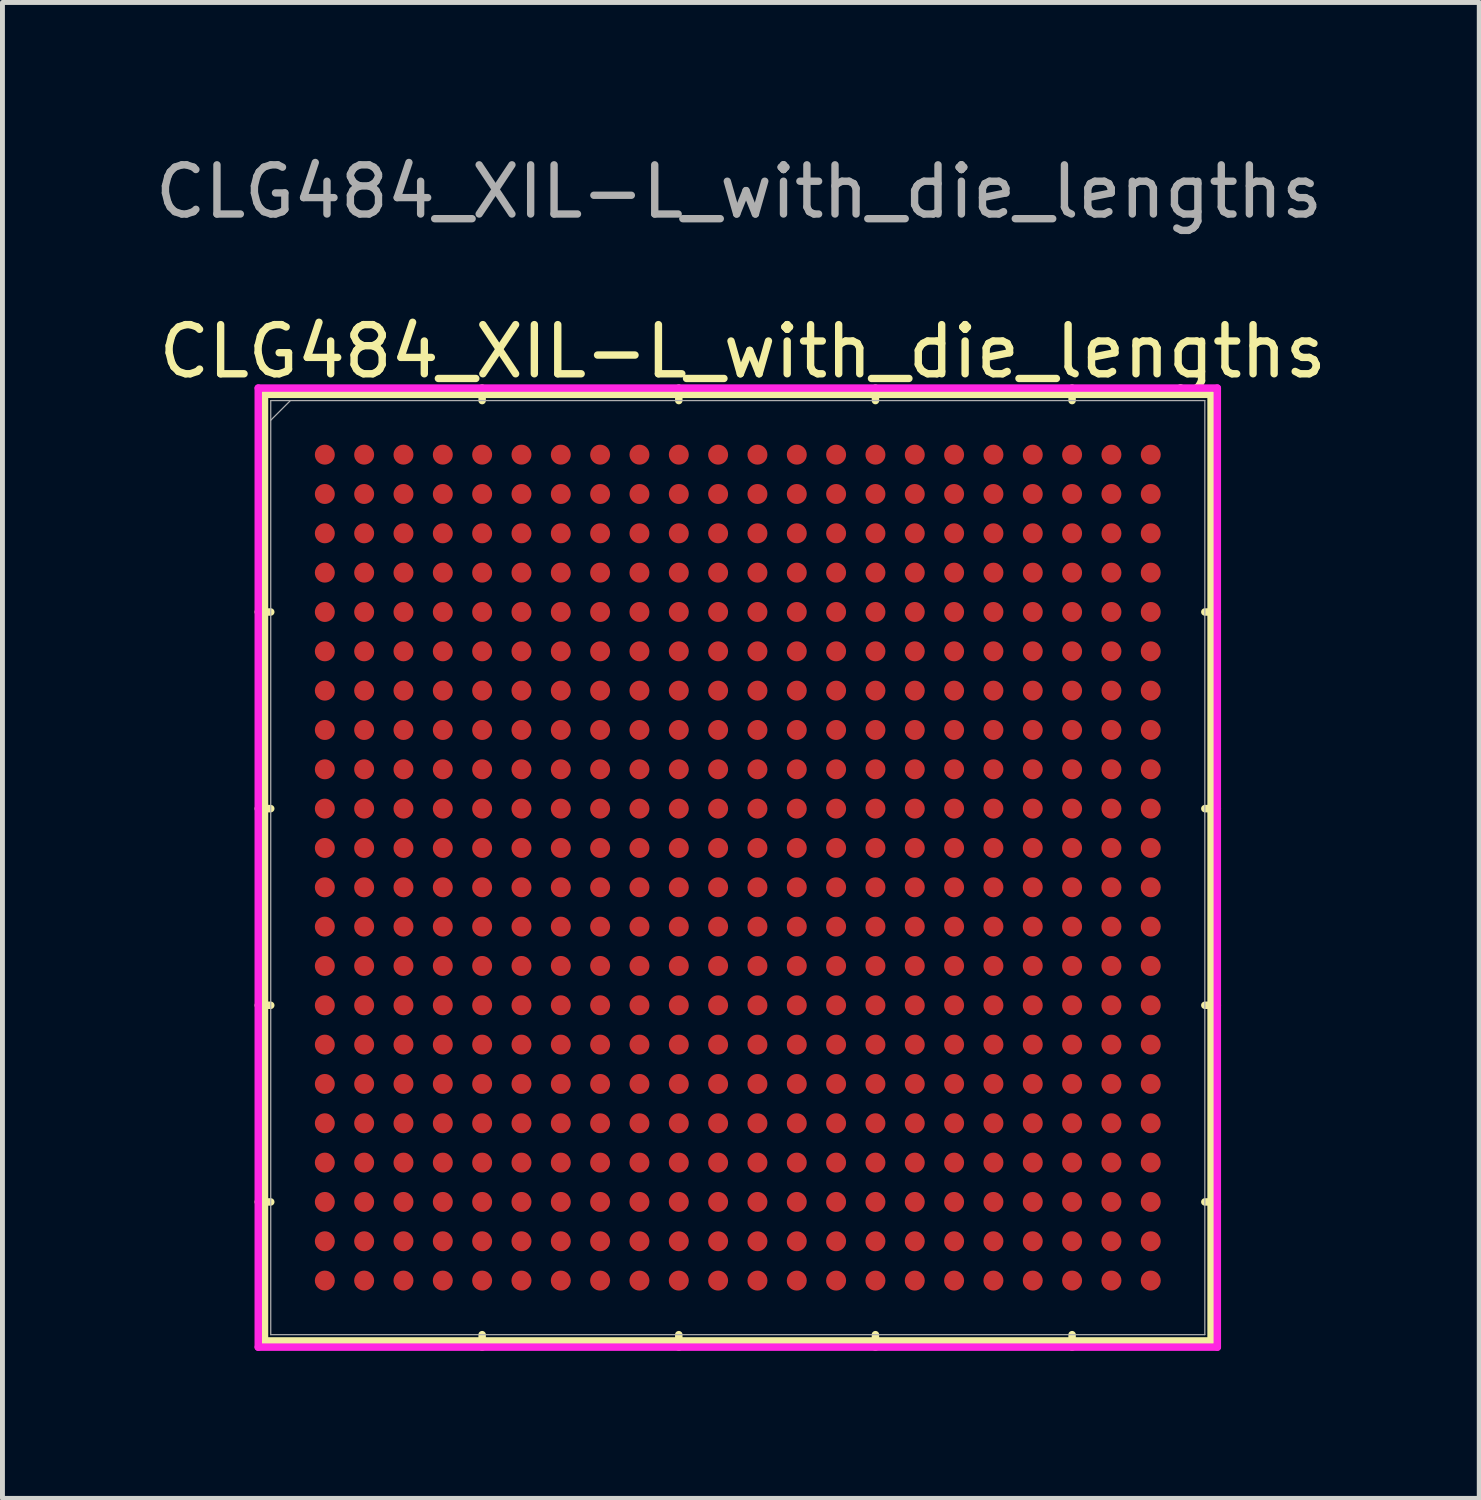
<source format=kicad_pcb>
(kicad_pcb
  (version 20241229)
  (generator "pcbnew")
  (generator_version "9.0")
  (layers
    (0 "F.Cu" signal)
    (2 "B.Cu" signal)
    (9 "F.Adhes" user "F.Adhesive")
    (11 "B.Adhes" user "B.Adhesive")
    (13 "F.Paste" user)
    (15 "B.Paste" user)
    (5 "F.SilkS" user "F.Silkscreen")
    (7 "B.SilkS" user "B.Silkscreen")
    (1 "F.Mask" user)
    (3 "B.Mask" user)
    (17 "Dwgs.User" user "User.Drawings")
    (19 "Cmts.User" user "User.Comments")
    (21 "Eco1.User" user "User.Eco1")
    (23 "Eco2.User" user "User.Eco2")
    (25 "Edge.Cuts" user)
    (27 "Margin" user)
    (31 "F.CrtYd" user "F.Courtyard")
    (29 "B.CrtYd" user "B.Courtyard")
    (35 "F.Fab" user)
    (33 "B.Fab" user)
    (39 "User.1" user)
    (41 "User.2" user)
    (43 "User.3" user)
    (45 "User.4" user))
  (footprint "CLG484_XIL-L_with_die_lengths"
    (layer "F.Cu")
    (at 11.957 14.598)
    (property "Reference" "CLG484_XIL-L_with_die_lengths" (at 0.1 -10.5 0) (unlocked yes) (layer "F.SilkS") (effects (font (size 1 1) (thickness 0.15))))
    (attr smd)
    (fp_line (start -9.627 -9.627) (end -9.627 9.627) (stroke (width 0.152) (type solid)) (layer "F.SilkS"))
    (fp_line (start -9.627 9.627) (end 9.627 9.627) (stroke (width 0.152) (type solid)) (layer "F.SilkS"))
    (fp_line (start -9.5 -5.2) (end -9.754 -5.2) (stroke (width 0.152) (type solid)) (layer "F.SilkS"))
    (fp_line (start -9.5 -1.2) (end -9.754 -1.2) (stroke (width 0.152) (type solid)) (layer "F.SilkS"))
    (fp_line (start -9.5 2.8) (end -9.754 2.8) (stroke (width 0.152) (type solid)) (layer "F.SilkS"))
    (fp_line (start -9.5 6.8) (end -9.754 6.8) (stroke (width 0.152) (type solid)) (layer "F.SilkS"))
    (fp_line (start -5.2 -9.5) (end -5.2 -9.754) (stroke (width 0.152) (type solid)) (layer "F.SilkS"))
    (fp_line (start -5.2 9.5) (end -5.2 9.754) (stroke (width 0.152) (type solid)) (layer "F.SilkS"))
    (fp_line (start -1.2 -9.5) (end -1.2 -9.754) (stroke (width 0.152) (type solid)) (layer "F.SilkS"))
    (fp_line (start -1.2 9.5) (end -1.2 9.754) (stroke (width 0.152) (type solid)) (layer "F.SilkS"))
    (fp_line (start 2.8 -9.5) (end 2.8 -9.754) (stroke (width 0.152) (type solid)) (layer "F.SilkS"))
    (fp_line (start 2.8 9.5) (end 2.8 9.754) (stroke (width 0.152) (type solid)) (layer "F.SilkS"))
    (fp_line (start 6.8 -9.5) (end 6.8 -9.754) (stroke (width 0.152) (type solid)) (layer "F.SilkS"))
    (fp_line (start 6.8 9.5) (end 6.8 9.754) (stroke (width 0.152) (type solid)) (layer "F.SilkS"))
    (fp_line (start 9.5 -5.2) (end 9.754 -5.2) (stroke (width 0.152) (type solid)) (layer "F.SilkS"))
    (fp_line (start 9.5 -1.2) (end 9.754 -1.2) (stroke (width 0.152) (type solid)) (layer "F.SilkS"))
    (fp_line (start 9.5 2.8) (end 9.754 2.8) (stroke (width 0.152) (type solid)) (layer "F.SilkS"))
    (fp_line (start 9.5 6.8) (end 9.754 6.8) (stroke (width 0.152) (type solid)) (layer "F.SilkS"))
    (fp_line (start 9.627 -9.627) (end -9.627 -9.627) (stroke (width 0.152) (type solid)) (layer "F.SilkS"))
    (fp_line (start 9.627 9.627) (end 9.627 -9.627) (stroke (width 0.152) (type solid)) (layer "F.SilkS"))
    (fp_line (start -9.754 -9.754) (end 9.754 -9.754) (stroke (width 0.152) (type solid)) (layer "F.CrtYd"))
    (fp_line (start -9.754 9.754) (end -9.754 -9.754) (stroke (width 0.152) (type solid)) (layer "F.CrtYd"))
    (fp_line (start 9.754 -9.754) (end 9.754 9.754) (stroke (width 0.152) (type solid)) (layer "F.CrtYd"))
    (fp_line (start 9.754 9.754) (end -9.754 9.754) (stroke (width 0.152) (type solid)) (layer "F.CrtYd"))
    (fp_line (start -9.5 -9.5) (end -9.5 9.5) (stroke (width 0.025) (type solid)) (layer "F.Fab"))
    (fp_line (start -9.5 9.5) (end 9.5 9.5) (stroke (width 0.025) (type solid)) (layer "F.Fab"))
    (fp_line (start -9.1 -9.5) (end -9.5 -9.1) (stroke (width 0.025) (type solid)) (layer "F.Fab"))
    (fp_line (start 9.5 -9.5) (end -9.5 -9.5) (stroke (width 0.025) (type solid)) (layer "F.Fab"))
    (fp_line (start 9.5 9.5) (end 9.5 -9.5) (stroke (width 0.025) (type solid)) (layer "F.Fab"))
    (fp_text user "${REFERENCE}" (at 0.025 -13.75 0) (unlocked yes) (layer "F.Fab") (effects (font (size 1 1) (thickness 0.15))))
    (pad "A1" smd circle (at -8.4 -8.4) (size 0.406 0.406) (layers "F.Cu" "F.Mask" "F.Paste"))
    (pad "A2" smd circle (at -7.6 -8.4) (size 0.406 0.406) (layers "F.Cu" "F.Mask" "F.Paste"))
    (pad "A3" smd circle (at -6.8 -8.4) (size 0.406 0.406) (layers "F.Cu" "F.Mask" "F.Paste"))
    (pad "A4" smd circle (at -6 -8.4) (size 0.406 0.406) (layers "F.Cu" "F.Mask" "F.Paste"))
    (pad "A5" smd circle (at -5.2 -8.4) (size 0.406 0.406) (layers "F.Cu" "F.Mask" "F.Paste"))
    (pad "A6" smd circle (at -4.4 -8.4) (size 0.406 0.406) (layers "F.Cu" "F.Mask" "F.Paste"))
    (pad "A7" smd circle (at -3.6 -8.4) (size 0.406 0.406) (layers "F.Cu" "F.Mask" "F.Paste"))
    (pad "A8" smd circle (at -2.8 -8.4) (size 0.406 0.406) (layers "F.Cu" "F.Mask" "F.Paste"))
    (pad "A9" smd circle (at -2 -8.4) (size 0.406 0.406) (layers "F.Cu" "F.Mask" "F.Paste"))
    (pad "A10" smd circle (at -1.2 -8.4) (size 0.406 0.406) (layers "F.Cu" "F.Mask" "F.Paste"))
    (pad "A11" smd circle (at -0.4 -8.4) (size 0.406 0.406) (layers "F.Cu" "F.Mask" "F.Paste"))
    (pad "A12" smd circle (at 0.4 -8.4) (size 0.406 0.406) (layers "F.Cu" "F.Mask" "F.Paste"))
    (pad "A13" smd circle (at 1.2 -8.4) (size 0.406 0.406) (layers "F.Cu" "F.Mask" "F.Paste"))
    (pad "A14" smd circle (at 2 -8.4) (size 0.406 0.406) (layers "F.Cu" "F.Mask" "F.Paste"))
    (pad "A15" smd circle (at 2.8 -8.4) (size 0.406 0.406) (layers "F.Cu" "F.Mask" "F.Paste"))
    (pad "A16" smd circle (at 3.6 -8.4) (size 0.406 0.406) (layers "F.Cu" "F.Mask" "F.Paste"))
    (pad "A17" smd circle (at 4.4 -8.4) (size 0.406 0.406) (layers "F.Cu" "F.Mask" "F.Paste"))
    (pad "A18" smd circle (at 5.2 -8.4) (size 0.406 0.406) (layers "F.Cu" "F.Mask" "F.Paste"))
    (pad "A19" smd circle (at 6 -8.4) (size 0.406 0.406) (layers "F.Cu" "F.Mask" "F.Paste"))
    (pad "A20" smd circle (at 6.8 -8.4) (size 0.406 0.406) (layers "F.Cu" "F.Mask" "F.Paste"))
    (pad "A21" smd circle (at 7.6 -8.4) (size 0.406 0.406) (layers "F.Cu" "F.Mask" "F.Paste"))
    (pad "A22" smd circle (at 8.4 -8.4) (size 0.406 0.406) (layers "F.Cu" "F.Mask" "F.Paste"))
    (pad "AA1" smd circle (at -8.4 7.6) (size 0.406 0.406) (layers "F.Cu" "F.Mask" "F.Paste"))
    (pad "AA2" smd circle (at -7.6 7.6) (size 0.406 0.406) (layers "F.Cu" "F.Mask" "F.Paste"))
    (pad "AA3" smd circle (at -6.8 7.6) (size 0.406 0.406) (layers "F.Cu" "F.Mask" "F.Paste"))
    (pad "AA4" smd circle (at -6 7.6) (size 0.406 0.406) (layers "F.Cu" "F.Mask" "F.Paste"))
    (pad "AA5" smd circle (at -5.2 7.6) (size 0.406 0.406) (layers "F.Cu" "F.Mask" "F.Paste"))
    (pad "AA6" smd circle (at -4.4 7.6) (size 0.406 0.406) (layers "F.Cu" "F.Mask" "F.Paste"))
    (pad "AA7" smd circle (at -3.6 7.6) (size 0.406 0.406) (layers "F.Cu" "F.Mask" "F.Paste"))
    (pad "AA8" smd circle (at -2.8 7.6) (size 0.406 0.406) (layers "F.Cu" "F.Mask" "F.Paste"))
    (pad "AA9" smd circle (at -2 7.6) (size 0.406 0.406) (layers "F.Cu" "F.Mask" "F.Paste"))
    (pad "AA10" smd circle (at -1.2 7.6) (size 0.406 0.406) (layers "F.Cu" "F.Mask" "F.Paste"))
    (pad "AA11" smd circle (at -0.4 7.6) (size 0.406 0.406) (layers "F.Cu" "F.Mask" "F.Paste"))
    (pad "AA12" smd circle (at 0.4 7.6) (size 0.406 0.406) (layers "F.Cu" "F.Mask" "F.Paste"))
    (pad "AA13" smd circle (at 1.2 7.6) (size 0.406 0.406) (layers "F.Cu" "F.Mask" "F.Paste"))
    (pad "AA14" smd circle (at 2 7.6) (size 0.406 0.406) (layers "F.Cu" "F.Mask" "F.Paste"))
    (pad "AA15" smd circle (at 2.8 7.6) (size 0.406 0.406) (layers "F.Cu" "F.Mask" "F.Paste"))
    (pad "AA16" smd circle (at 3.6 7.6) (size 0.406 0.406) (layers "F.Cu" "F.Mask" "F.Paste"))
    (pad "AA17" smd circle (at 4.4 7.6) (size 0.406 0.406) (layers "F.Cu" "F.Mask" "F.Paste"))
    (pad "AA18" smd circle (at 5.2 7.6) (size 0.406 0.406) (layers "F.Cu" "F.Mask" "F.Paste"))
    (pad "AA19" smd circle (at 6 7.6) (size 0.406 0.406) (layers "F.Cu" "F.Mask" "F.Paste"))
    (pad "AA20" smd circle (at 6.8 7.6) (size 0.406 0.406) (layers "F.Cu" "F.Mask" "F.Paste"))
    (pad "AA21" smd circle (at 7.6 7.6) (size 0.406 0.406) (layers "F.Cu" "F.Mask" "F.Paste"))
    (pad "AA22" smd circle (at 8.4 7.6) (size 0.406 0.406) (layers "F.Cu" "F.Mask" "F.Paste"))
    (pad "AB1" smd circle (at -8.4 8.4) (size 0.406 0.406) (layers "F.Cu" "F.Mask" "F.Paste"))
    (pad "AB2" smd circle (at -7.6 8.4) (size 0.406 0.406) (layers "F.Cu" "F.Mask" "F.Paste"))
    (pad "AB3" smd circle (at -6.8 8.4) (size 0.406 0.406) (layers "F.Cu" "F.Mask" "F.Paste"))
    (pad "AB4" smd circle (at -6 8.4) (size 0.406 0.406) (layers "F.Cu" "F.Mask" "F.Paste"))
    (pad "AB5" smd circle (at -5.2 8.4) (size 0.406 0.406) (layers "F.Cu" "F.Mask" "F.Paste"))
    (pad "AB6" smd circle (at -4.4 8.4) (size 0.406 0.406) (layers "F.Cu" "F.Mask" "F.Paste"))
    (pad "AB7" smd circle (at -3.6 8.4) (size 0.406 0.406) (layers "F.Cu" "F.Mask" "F.Paste"))
    (pad "AB8" smd circle (at -2.8 8.4) (size 0.406 0.406) (layers "F.Cu" "F.Mask" "F.Paste"))
    (pad "AB9" smd circle (at -2 8.4) (size 0.406 0.406) (layers "F.Cu" "F.Mask" "F.Paste"))
    (pad "AB10" smd circle (at -1.2 8.4) (size 0.406 0.406) (layers "F.Cu" "F.Mask" "F.Paste"))
    (pad "AB11" smd circle (at -0.4 8.4) (size 0.406 0.406) (layers "F.Cu" "F.Mask" "F.Paste"))
    (pad "AB12" smd circle (at 0.4 8.4) (size 0.406 0.406) (layers "F.Cu" "F.Mask" "F.Paste"))
    (pad "AB13" smd circle (at 1.2 8.4) (size 0.406 0.406) (layers "F.Cu" "F.Mask" "F.Paste"))
    (pad "AB14" smd circle (at 2 8.4) (size 0.406 0.406) (layers "F.Cu" "F.Mask" "F.Paste"))
    (pad "AB15" smd circle (at 2.8 8.4) (size 0.406 0.406) (layers "F.Cu" "F.Mask" "F.Paste"))
    (pad "AB16" smd circle (at 3.6 8.4) (size 0.406 0.406) (layers "F.Cu" "F.Mask" "F.Paste"))
    (pad "AB17" smd circle (at 4.4 8.4) (size 0.406 0.406) (layers "F.Cu" "F.Mask" "F.Paste"))
    (pad "AB18" smd circle (at 5.2 8.4) (size 0.406 0.406) (layers "F.Cu" "F.Mask" "F.Paste"))
    (pad "AB19" smd circle (at 6 8.4) (size 0.406 0.406) (layers "F.Cu" "F.Mask" "F.Paste"))
    (pad "AB20" smd circle (at 6.8 8.4) (size 0.406 0.406) (layers "F.Cu" "F.Mask" "F.Paste"))
    (pad "AB21" smd circle (at 7.6 8.4) (size 0.406 0.406) (layers "F.Cu" "F.Mask" "F.Paste"))
    (pad "AB22" smd circle (at 8.4 8.4) (size 0.406 0.406) (layers "F.Cu" "F.Mask" "F.Paste"))
    (pad "B1" smd circle (at -8.4 -7.6) (size 0.406 0.406) (layers "F.Cu" "F.Mask" "F.Paste"))
    (pad "B2" smd circle (at -7.6 -7.6) (size 0.406 0.406) (layers "F.Cu" "F.Mask" "F.Paste"))
    (pad "B3" smd circle (at -6.8 -7.6) (size 0.406 0.406) (layers "F.Cu" "F.Mask" "F.Paste"))
    (pad "B4" smd circle (at -6 -7.6) (size 0.406 0.406) (layers "F.Cu" "F.Mask" "F.Paste"))
    (pad "B5" smd circle (at -5.2 -7.6) (size 0.406 0.406) (layers "F.Cu" "F.Mask" "F.Paste"))
    (pad "B6" smd circle (at -4.4 -7.6) (size 0.406 0.406) (layers "F.Cu" "F.Mask" "F.Paste"))
    (pad "B7" smd circle (at -3.6 -7.6) (size 0.406 0.406) (layers "F.Cu" "F.Mask" "F.Paste"))
    (pad "B8" smd circle (at -2.8 -7.6) (size 0.406 0.406) (layers "F.Cu" "F.Mask" "F.Paste"))
    (pad "B9" smd circle (at -2 -7.6) (size 0.406 0.406) (layers "F.Cu" "F.Mask" "F.Paste"))
    (pad "B10" smd circle (at -1.2 -7.6) (size 0.406 0.406) (layers "F.Cu" "F.Mask" "F.Paste"))
    (pad "B11" smd circle (at -0.4 -7.6) (size 0.406 0.406) (layers "F.Cu" "F.Mask" "F.Paste"))
    (pad "B12" smd circle (at 0.4 -7.6) (size 0.406 0.406) (layers "F.Cu" "F.Mask" "F.Paste"))
    (pad "B13" smd circle (at 1.2 -7.6) (size 0.406 0.406) (layers "F.Cu" "F.Mask" "F.Paste"))
    (pad "B14" smd circle (at 2 -7.6) (size 0.406 0.406) (layers "F.Cu" "F.Mask" "F.Paste"))
    (pad "B15" smd circle (at 2.8 -7.6) (size 0.406 0.406) (layers "F.Cu" "F.Mask" "F.Paste"))
    (pad "B16" smd circle (at 3.6 -7.6) (size 0.406 0.406) (layers "F.Cu" "F.Mask" "F.Paste"))
    (pad "B17" smd circle (at 4.4 -7.6) (size 0.406 0.406) (layers "F.Cu" "F.Mask" "F.Paste"))
    (pad "B18" smd circle (at 5.2 -7.6) (size 0.406 0.406) (layers "F.Cu" "F.Mask" "F.Paste"))
    (pad "B19" smd circle (at 6 -7.6) (size 0.406 0.406) (layers "F.Cu" "F.Mask" "F.Paste"))
    (pad "B20" smd circle (at 6.8 -7.6) (size 0.406 0.406) (layers "F.Cu" "F.Mask" "F.Paste"))
    (pad "B21" smd circle (at 7.6 -7.6) (size 0.406 0.406) (layers "F.Cu" "F.Mask" "F.Paste"))
    (pad "B22" smd circle (at 8.4 -7.6) (size 0.406 0.406) (layers "F.Cu" "F.Mask" "F.Paste"))
    (pad "C1" smd circle (at -8.4 -6.8) (size 0.406 0.406) (layers "F.Cu" "F.Mask" "F.Paste"))
    (pad "C2" smd circle (at -7.6 -6.8) (size 0.406 0.406) (layers "F.Cu" "F.Mask" "F.Paste"))
    (pad "C3" smd circle (at -6.8 -6.8) (size 0.406 0.406) (layers "F.Cu" "F.Mask" "F.Paste"))
    (pad "C4" smd circle (at -6 -6.8) (size 0.406 0.406) (layers "F.Cu" "F.Mask" "F.Paste"))
    (pad "C5" smd circle (at -5.2 -6.8) (size 0.406 0.406) (layers "F.Cu" "F.Mask" "F.Paste"))
    (pad "C6" smd circle (at -4.4 -6.8) (size 0.406 0.406) (layers "F.Cu" "F.Mask" "F.Paste"))
    (pad "C7" smd circle (at -3.6 -6.8) (size 0.406 0.406) (layers "F.Cu" "F.Mask" "F.Paste"))
    (pad "C8" smd circle (at -2.8 -6.8) (size 0.406 0.406) (layers "F.Cu" "F.Mask" "F.Paste"))
    (pad "C9" smd circle (at -2 -6.8) (size 0.406 0.406) (layers "F.Cu" "F.Mask" "F.Paste"))
    (pad "C10" smd circle (at -1.2 -6.8) (size 0.406 0.406) (layers "F.Cu" "F.Mask" "F.Paste"))
    (pad "C11" smd circle (at -0.4 -6.8) (size 0.406 0.406) (layers "F.Cu" "F.Mask" "F.Paste"))
    (pad "C12" smd circle (at 0.4 -6.8) (size 0.406 0.406) (layers "F.Cu" "F.Mask" "F.Paste"))
    (pad "C13" smd circle (at 1.2 -6.8) (size 0.406 0.406) (layers "F.Cu" "F.Mask" "F.Paste"))
    (pad "C14" smd circle (at 2 -6.8) (size 0.406 0.406) (layers "F.Cu" "F.Mask" "F.Paste"))
    (pad "C15" smd circle (at 2.8 -6.8) (size 0.406 0.406) (layers "F.Cu" "F.Mask" "F.Paste"))
    (pad "C16" smd circle (at 3.6 -6.8) (size 0.406 0.406) (layers "F.Cu" "F.Mask" "F.Paste"))
    (pad "C17" smd circle (at 4.4 -6.8) (size 0.406 0.406) (layers "F.Cu" "F.Mask" "F.Paste"))
    (pad "C18" smd circle (at 5.2 -6.8) (size 0.406 0.406) (layers "F.Cu" "F.Mask" "F.Paste"))
    (pad "C19" smd circle (at 6 -6.8) (size 0.406 0.406) (layers "F.Cu" "F.Mask" "F.Paste"))
    (pad "C20" smd circle (at 6.8 -6.8) (size 0.406 0.406) (layers "F.Cu" "F.Mask" "F.Paste"))
    (pad "C21" smd circle (at 7.6 -6.8) (size 0.406 0.406) (layers "F.Cu" "F.Mask" "F.Paste"))
    (pad "C22" smd circle (at 8.4 -6.8) (size 0.406 0.406) (layers "F.Cu" "F.Mask" "F.Paste"))
    (pad "D1" smd circle (at -8.4 -6) (size 0.406 0.406) (layers "F.Cu" "F.Mask" "F.Paste"))
    (pad "D2" smd circle (at -7.6 -6) (size 0.406 0.406) (layers "F.Cu" "F.Mask" "F.Paste"))
    (pad "D3" smd circle (at -6.8 -6) (size 0.406 0.406) (layers "F.Cu" "F.Mask" "F.Paste"))
    (pad "D4" smd circle (at -6 -6) (size 0.406 0.406) (layers "F.Cu" "F.Mask" "F.Paste"))
    (pad "D5" smd circle (at -5.2 -6) (size 0.406 0.406) (layers "F.Cu" "F.Mask" "F.Paste"))
    (pad "D6" smd circle (at -4.4 -6) (size 0.406 0.406) (layers "F.Cu" "F.Mask" "F.Paste"))
    (pad "D7" smd circle (at -3.6 -6) (size 0.406 0.406) (layers "F.Cu" "F.Mask" "F.Paste"))
    (pad "D8" smd circle (at -2.8 -6) (size 0.406 0.406) (layers "F.Cu" "F.Mask" "F.Paste"))
    (pad "D9" smd circle (at -2 -6) (size 0.406 0.406) (layers "F.Cu" "F.Mask" "F.Paste"))
    (pad "D10" smd circle (at -1.2 -6) (size 0.406 0.406) (layers "F.Cu" "F.Mask" "F.Paste"))
    (pad "D11" smd circle (at -0.4 -6) (size 0.406 0.406) (layers "F.Cu" "F.Mask" "F.Paste"))
    (pad "D12" smd circle (at 0.4 -6) (size 0.406 0.406) (layers "F.Cu" "F.Mask" "F.Paste"))
    (pad "D13" smd circle (at 1.2 -6) (size 0.406 0.406) (layers "F.Cu" "F.Mask" "F.Paste"))
    (pad "D14" smd circle (at 2 -6) (size 0.406 0.406) (layers "F.Cu" "F.Mask" "F.Paste"))
    (pad "D15" smd circle (at 2.8 -6) (size 0.406 0.406) (layers "F.Cu" "F.Mask" "F.Paste"))
    (pad "D16" smd circle (at 3.6 -6) (size 0.406 0.406) (layers "F.Cu" "F.Mask" "F.Paste"))
    (pad "D17" smd circle (at 4.4 -6) (size 0.406 0.406) (layers "F.Cu" "F.Mask" "F.Paste"))
    (pad "D18" smd circle (at 5.2 -6) (size 0.406 0.406) (layers "F.Cu" "F.Mask" "F.Paste"))
    (pad "D19" smd circle (at 6 -6) (size 0.406 0.406) (layers "F.Cu" "F.Mask" "F.Paste"))
    (pad "D20" smd circle (at 6.8 -6) (size 0.406 0.406) (layers "F.Cu" "F.Mask" "F.Paste"))
    (pad "D21" smd circle (at 7.6 -6) (size 0.406 0.406) (layers "F.Cu" "F.Mask" "F.Paste"))
    (pad "D22" smd circle (at 8.4 -6) (size 0.406 0.406) (layers "F.Cu" "F.Mask" "F.Paste"))
    (pad "E1" smd circle (at -8.4 -5.2) (size 0.406 0.406) (layers "F.Cu" "F.Mask" "F.Paste"))
    (pad "E2" smd circle (at -7.6 -5.2) (size 0.406 0.406) (layers "F.Cu" "F.Mask" "F.Paste"))
    (pad "E3" smd circle (at -6.8 -5.2) (size 0.406 0.406) (layers "F.Cu" "F.Mask" "F.Paste"))
    (pad "E4" smd circle (at -6 -5.2) (size 0.406 0.406) (layers "F.Cu" "F.Mask" "F.Paste"))
    (pad "E5" smd circle (at -5.2 -5.2) (size 0.406 0.406) (layers "F.Cu" "F.Mask" "F.Paste"))
    (pad "E6" smd circle (at -4.4 -5.2) (size 0.406 0.406) (layers "F.Cu" "F.Mask" "F.Paste"))
    (pad "E7" smd circle (at -3.6 -5.2) (size 0.406 0.406) (layers "F.Cu" "F.Mask" "F.Paste"))
    (pad "E8" smd circle (at -2.8 -5.2) (size 0.406 0.406) (layers "F.Cu" "F.Mask" "F.Paste"))
    (pad "E9" smd circle (at -2 -5.2) (size 0.406 0.406) (layers "F.Cu" "F.Mask" "F.Paste"))
    (pad "E10" smd circle (at -1.2 -5.2) (size 0.406 0.406) (layers "F.Cu" "F.Mask" "F.Paste"))
    (pad "E11" smd circle (at -0.4 -5.2) (size 0.406 0.406) (layers "F.Cu" "F.Mask" "F.Paste"))
    (pad "E12" smd circle (at 0.4 -5.2) (size 0.406 0.406) (layers "F.Cu" "F.Mask" "F.Paste"))
    (pad "E13" smd circle (at 1.2 -5.2) (size 0.406 0.406) (layers "F.Cu" "F.Mask" "F.Paste"))
    (pad "E14" smd circle (at 2 -5.2) (size 0.406 0.406) (layers "F.Cu" "F.Mask" "F.Paste"))
    (pad "E15" smd circle (at 2.8 -5.2) (size 0.406 0.406) (layers "F.Cu" "F.Mask" "F.Paste"))
    (pad "E16" smd circle (at 3.6 -5.2) (size 0.406 0.406) (layers "F.Cu" "F.Mask" "F.Paste"))
    (pad "E17" smd circle (at 4.4 -5.2) (size 0.406 0.406) (layers "F.Cu" "F.Mask" "F.Paste"))
    (pad "E18" smd circle (at 5.2 -5.2) (size 0.406 0.406) (layers "F.Cu" "F.Mask" "F.Paste"))
    (pad "E19" smd circle (at 6 -5.2) (size 0.406 0.406) (layers "F.Cu" "F.Mask" "F.Paste"))
    (pad "E20" smd circle (at 6.8 -5.2) (size 0.406 0.406) (layers "F.Cu" "F.Mask" "F.Paste"))
    (pad "E21" smd circle (at 7.6 -5.2) (size 0.406 0.406) (layers "F.Cu" "F.Mask" "F.Paste"))
    (pad "E22" smd circle (at 8.4 -5.2) (size 0.406 0.406) (layers "F.Cu" "F.Mask" "F.Paste"))
    (pad "F1" smd circle (at -8.4 -4.4) (size 0.406 0.406) (layers "F.Cu" "F.Mask" "F.Paste"))
    (pad "F2" smd circle (at -7.6 -4.4) (size 0.406 0.406) (layers "F.Cu" "F.Mask" "F.Paste"))
    (pad "F3" smd circle (at -6.8 -4.4) (size 0.406 0.406) (layers "F.Cu" "F.Mask" "F.Paste"))
    (pad "F4" smd circle (at -6 -4.4) (size 0.406 0.406) (layers "F.Cu" "F.Mask" "F.Paste"))
    (pad "F5" smd circle (at -5.2 -4.4) (size 0.406 0.406) (layers "F.Cu" "F.Mask" "F.Paste"))
    (pad "F6" smd circle (at -4.4 -4.4) (size 0.406 0.406) (layers "F.Cu" "F.Mask" "F.Paste"))
    (pad "F7" smd circle (at -3.6 -4.4) (size 0.406 0.406) (layers "F.Cu" "F.Mask" "F.Paste"))
    (pad "F8" smd circle (at -2.8 -4.4) (size 0.406 0.406) (layers "F.Cu" "F.Mask" "F.Paste"))
    (pad "F9" smd circle (at -2 -4.4) (size 0.406 0.406) (layers "F.Cu" "F.Mask" "F.Paste"))
    (pad "F10" smd circle (at -1.2 -4.4) (size 0.406 0.406) (layers "F.Cu" "F.Mask" "F.Paste"))
    (pad "F11" smd circle (at -0.4 -4.4) (size 0.406 0.406) (layers "F.Cu" "F.Mask" "F.Paste"))
    (pad "F12" smd circle (at 0.4 -4.4) (size 0.406 0.406) (layers "F.Cu" "F.Mask" "F.Paste"))
    (pad "F13" smd circle (at 1.2 -4.4) (size 0.406 0.406) (layers "F.Cu" "F.Mask" "F.Paste"))
    (pad "F14" smd circle (at 2 -4.4) (size 0.406 0.406) (layers "F.Cu" "F.Mask" "F.Paste"))
    (pad "F15" smd circle (at 2.8 -4.4) (size 0.406 0.406) (layers "F.Cu" "F.Mask" "F.Paste"))
    (pad "F16" smd circle (at 3.6 -4.4) (size 0.406 0.406) (layers "F.Cu" "F.Mask" "F.Paste"))
    (pad "F17" smd circle (at 4.4 -4.4) (size 0.406 0.406) (layers "F.Cu" "F.Mask" "F.Paste"))
    (pad "F18" smd circle (at 5.2 -4.4) (size 0.406 0.406) (layers "F.Cu" "F.Mask" "F.Paste"))
    (pad "F19" smd circle (at 6 -4.4) (size 0.406 0.406) (layers "F.Cu" "F.Mask" "F.Paste"))
    (pad "F20" smd circle (at 6.8 -4.4) (size 0.406 0.406) (layers "F.Cu" "F.Mask" "F.Paste"))
    (pad "F21" smd circle (at 7.6 -4.4) (size 0.406 0.406) (layers "F.Cu" "F.Mask" "F.Paste"))
    (pad "F22" smd circle (at 8.4 -4.4) (size 0.406 0.406) (layers "F.Cu" "F.Mask" "F.Paste"))
    (pad "G1" smd circle (at -8.4 -3.6) (size 0.406 0.406) (layers "F.Cu" "F.Mask" "F.Paste"))
    (pad "G2" smd circle (at -7.6 -3.6) (size 0.406 0.406) (layers "F.Cu" "F.Mask" "F.Paste"))
    (pad "G3" smd circle (at -6.8 -3.6) (size 0.406 0.406) (layers "F.Cu" "F.Mask" "F.Paste"))
    (pad "G4" smd circle (at -6 -3.6) (size 0.406 0.406) (layers "F.Cu" "F.Mask" "F.Paste"))
    (pad "G5" smd circle (at -5.2 -3.6) (size 0.406 0.406) (layers "F.Cu" "F.Mask" "F.Paste"))
    (pad "G6" smd circle (at -4.4 -3.6) (size 0.406 0.406) (layers "F.Cu" "F.Mask" "F.Paste"))
    (pad "G7" smd circle (at -3.6 -3.6) (size 0.406 0.406) (layers "F.Cu" "F.Mask" "F.Paste"))
    (pad "G8" smd circle (at -2.8 -3.6) (size 0.406 0.406) (layers "F.Cu" "F.Mask" "F.Paste"))
    (pad "G9" smd circle (at -2 -3.6) (size 0.406 0.406) (layers "F.Cu" "F.Mask" "F.Paste"))
    (pad "G10" smd circle (at -1.2 -3.6) (size 0.406 0.406) (layers "F.Cu" "F.Mask" "F.Paste"))
    (pad "G11" smd circle (at -0.4 -3.6) (size 0.406 0.406) (layers "F.Cu" "F.Mask" "F.Paste"))
    (pad "G12" smd circle (at 0.4 -3.6) (size 0.406 0.406) (layers "F.Cu" "F.Mask" "F.Paste"))
    (pad "G13" smd circle (at 1.2 -3.6) (size 0.406 0.406) (layers "F.Cu" "F.Mask" "F.Paste"))
    (pad "G14" smd circle (at 2 -3.6) (size 0.406 0.406) (layers "F.Cu" "F.Mask" "F.Paste"))
    (pad "G15" smd circle (at 2.8 -3.6) (size 0.406 0.406) (layers "F.Cu" "F.Mask" "F.Paste"))
    (pad "G16" smd circle (at 3.6 -3.6) (size 0.406 0.406) (layers "F.Cu" "F.Mask" "F.Paste"))
    (pad "G17" smd circle (at 4.4 -3.6) (size 0.406 0.406) (layers "F.Cu" "F.Mask" "F.Paste"))
    (pad "G18" smd circle (at 5.2 -3.6) (size 0.406 0.406) (layers "F.Cu" "F.Mask" "F.Paste"))
    (pad "G19" smd circle (at 6 -3.6) (size 0.406 0.406) (layers "F.Cu" "F.Mask" "F.Paste"))
    (pad "G20" smd circle (at 6.8 -3.6) (size 0.406 0.406) (layers "F.Cu" "F.Mask" "F.Paste"))
    (pad "G21" smd circle (at 7.6 -3.6) (size 0.406 0.406) (layers "F.Cu" "F.Mask" "F.Paste"))
    (pad "G22" smd circle (at 8.4 -3.6) (size 0.406 0.406) (layers "F.Cu" "F.Mask" "F.Paste"))
    (pad "H1" smd circle (at -8.4 -2.8) (size 0.406 0.406) (layers "F.Cu" "F.Mask" "F.Paste"))
    (pad "H2" smd circle (at -7.6 -2.8) (size 0.406 0.406) (layers "F.Cu" "F.Mask" "F.Paste"))
    (pad "H3" smd circle (at -6.8 -2.8) (size 0.406 0.406) (layers "F.Cu" "F.Mask" "F.Paste"))
    (pad "H4" smd circle (at -6 -2.8) (size 0.406 0.406) (layers "F.Cu" "F.Mask" "F.Paste"))
    (pad "H5" smd circle (at -5.2 -2.8) (size 0.406 0.406) (layers "F.Cu" "F.Mask" "F.Paste"))
    (pad "H6" smd circle (at -4.4 -2.8) (size 0.406 0.406) (layers "F.Cu" "F.Mask" "F.Paste"))
    (pad "H7" smd circle (at -3.6 -2.8) (size 0.406 0.406) (layers "F.Cu" "F.Mask" "F.Paste"))
    (pad "H8" smd circle (at -2.8 -2.8) (size 0.406 0.406) (layers "F.Cu" "F.Mask" "F.Paste"))
    (pad "H9" smd circle (at -2 -2.8) (size 0.406 0.406) (layers "F.Cu" "F.Mask" "F.Paste"))
    (pad "H10" smd circle (at -1.2 -2.8) (size 0.406 0.406) (layers "F.Cu" "F.Mask" "F.Paste"))
    (pad "H11" smd circle (at -0.4 -2.8) (size 0.406 0.406) (layers "F.Cu" "F.Mask" "F.Paste"))
    (pad "H12" smd circle (at 0.4 -2.8) (size 0.406 0.406) (layers "F.Cu" "F.Mask" "F.Paste"))
    (pad "H13" smd circle (at 1.2 -2.8) (size 0.406 0.406) (layers "F.Cu" "F.Mask" "F.Paste"))
    (pad "H14" smd circle (at 2 -2.8) (size 0.406 0.406) (layers "F.Cu" "F.Mask" "F.Paste"))
    (pad "H15" smd circle (at 2.8 -2.8) (size 0.406 0.406) (layers "F.Cu" "F.Mask" "F.Paste"))
    (pad "H16" smd circle (at 3.6 -2.8) (size 0.406 0.406) (layers "F.Cu" "F.Mask" "F.Paste"))
    (pad "H17" smd circle (at 4.4 -2.8) (size 0.406 0.406) (layers "F.Cu" "F.Mask" "F.Paste"))
    (pad "H18" smd circle (at 5.2 -2.8) (size 0.406 0.406) (layers "F.Cu" "F.Mask" "F.Paste"))
    (pad "H19" smd circle (at 6 -2.8) (size 0.406 0.406) (layers "F.Cu" "F.Mask" "F.Paste"))
    (pad "H20" smd circle (at 6.8 -2.8) (size 0.406 0.406) (layers "F.Cu" "F.Mask" "F.Paste"))
    (pad "H21" smd circle (at 7.6 -2.8) (size 0.406 0.406) (layers "F.Cu" "F.Mask" "F.Paste"))
    (pad "H22" smd circle (at 8.4 -2.8) (size 0.406 0.406) (layers "F.Cu" "F.Mask" "F.Paste"))
    (pad "J1" smd circle (at -8.4 -2) (size 0.406 0.406) (layers "F.Cu" "F.Mask" "F.Paste"))
    (pad "J2" smd circle (at -7.6 -2) (size 0.406 0.406) (layers "F.Cu" "F.Mask" "F.Paste"))
    (pad "J3" smd circle (at -6.8 -2) (size 0.406 0.406) (layers "F.Cu" "F.Mask" "F.Paste"))
    (pad "J4" smd circle (at -6 -2) (size 0.406 0.406) (layers "F.Cu" "F.Mask" "F.Paste"))
    (pad "J5" smd circle (at -5.2 -2) (size 0.406 0.406) (layers "F.Cu" "F.Mask" "F.Paste"))
    (pad "J6" smd circle (at -4.4 -2) (size 0.406 0.406) (layers "F.Cu" "F.Mask" "F.Paste"))
    (pad "J7" smd circle (at -3.6 -2) (size 0.406 0.406) (layers "F.Cu" "F.Mask" "F.Paste"))
    (pad "J8" smd circle (at -2.8 -2) (size 0.406 0.406) (layers "F.Cu" "F.Mask" "F.Paste"))
    (pad "J9" smd circle (at -2 -2) (size 0.406 0.406) (layers "F.Cu" "F.Mask" "F.Paste"))
    (pad "J10" smd circle (at -1.2 -2) (size 0.406 0.406) (layers "F.Cu" "F.Mask" "F.Paste"))
    (pad "J11" smd circle (at -0.4 -2) (size 0.406 0.406) (layers "F.Cu" "F.Mask" "F.Paste"))
    (pad "J12" smd circle (at 0.4 -2) (size 0.406 0.406) (layers "F.Cu" "F.Mask" "F.Paste"))
    (pad "J13" smd circle (at 1.2 -2) (size 0.406 0.406) (layers "F.Cu" "F.Mask" "F.Paste"))
    (pad "J14" smd circle (at 2 -2) (size 0.406 0.406) (layers "F.Cu" "F.Mask" "F.Paste"))
    (pad "J15" smd circle (at 2.8 -2) (size 0.406 0.406) (layers "F.Cu" "F.Mask" "F.Paste"))
    (pad "J16" smd circle (at 3.6 -2) (size 0.406 0.406) (layers "F.Cu" "F.Mask" "F.Paste"))
    (pad "J17" smd circle (at 4.4 -2) (size 0.406 0.406) (layers "F.Cu" "F.Mask" "F.Paste"))
    (pad "J18" smd circle (at 5.2 -2) (size 0.406 0.406) (layers "F.Cu" "F.Mask" "F.Paste"))
    (pad "J19" smd circle (at 6 -2) (size 0.406 0.406) (layers "F.Cu" "F.Mask" "F.Paste"))
    (pad "J20" smd circle (at 6.8 -2) (size 0.406 0.406) (layers "F.Cu" "F.Mask" "F.Paste"))
    (pad "J21" smd circle (at 7.6 -2) (size 0.406 0.406) (layers "F.Cu" "F.Mask" "F.Paste"))
    (pad "J22" smd circle (at 8.4 -2) (size 0.406 0.406) (layers "F.Cu" "F.Mask" "F.Paste"))
    (pad "K1" smd circle (at -8.4 -1.2) (size 0.406 0.406) (layers "F.Cu" "F.Mask" "F.Paste"))
    (pad "K2" smd circle (at -7.6 -1.2) (size 0.406 0.406) (layers "F.Cu" "F.Mask" "F.Paste"))
    (pad "K3" smd circle (at -6.8 -1.2) (size 0.406 0.406) (layers "F.Cu" "F.Mask" "F.Paste"))
    (pad "K4" smd circle (at -6 -1.2) (size 0.406 0.406) (layers "F.Cu" "F.Mask" "F.Paste"))
    (pad "K5" smd circle (at -5.2 -1.2) (size 0.406 0.406) (layers "F.Cu" "F.Mask" "F.Paste"))
    (pad "K6" smd circle (at -4.4 -1.2) (size 0.406 0.406) (layers "F.Cu" "F.Mask" "F.Paste"))
    (pad "K7" smd circle (at -3.6 -1.2) (size 0.406 0.406) (layers "F.Cu" "F.Mask" "F.Paste"))
    (pad "K8" smd circle (at -2.8 -1.2) (size 0.406 0.406) (layers "F.Cu" "F.Mask" "F.Paste"))
    (pad "K9" smd circle (at -2 -1.2) (size 0.406 0.406) (layers "F.Cu" "F.Mask" "F.Paste"))
    (pad "K10" smd circle (at -1.2 -1.2) (size 0.406 0.406) (layers "F.Cu" "F.Mask" "F.Paste"))
    (pad "K11" smd circle (at -0.4 -1.2) (size 0.406 0.406) (layers "F.Cu" "F.Mask" "F.Paste"))
    (pad "K12" smd circle (at 0.4 -1.2) (size 0.406 0.406) (layers "F.Cu" "F.Mask" "F.Paste"))
    (pad "K13" smd circle (at 1.2 -1.2) (size 0.406 0.406) (layers "F.Cu" "F.Mask" "F.Paste"))
    (pad "K14" smd circle (at 2 -1.2) (size 0.406 0.406) (layers "F.Cu" "F.Mask" "F.Paste"))
    (pad "K15" smd circle (at 2.8 -1.2) (size 0.406 0.406) (layers "F.Cu" "F.Mask" "F.Paste"))
    (pad "K16" smd circle (at 3.6 -1.2) (size 0.406 0.406) (layers "F.Cu" "F.Mask" "F.Paste"))
    (pad "K17" smd circle (at 4.4 -1.2) (size 0.406 0.406) (layers "F.Cu" "F.Mask" "F.Paste"))
    (pad "K18" smd circle (at 5.2 -1.2) (size 0.406 0.406) (layers "F.Cu" "F.Mask" "F.Paste"))
    (pad "K19" smd circle (at 6 -1.2) (size 0.406 0.406) (layers "F.Cu" "F.Mask" "F.Paste"))
    (pad "K20" smd circle (at 6.8 -1.2) (size 0.406 0.406) (layers "F.Cu" "F.Mask" "F.Paste"))
    (pad "K21" smd circle (at 7.6 -1.2) (size 0.406 0.406) (layers "F.Cu" "F.Mask" "F.Paste"))
    (pad "K22" smd circle (at 8.4 -1.2) (size 0.406 0.406) (layers "F.Cu" "F.Mask" "F.Paste"))
    (pad "L1" smd circle (at -8.4 -0.4) (size 0.406 0.406) (layers "F.Cu" "F.Mask" "F.Paste"))
    (pad "L2" smd circle (at -7.6 -0.4) (size 0.406 0.406) (layers "F.Cu" "F.Mask" "F.Paste"))
    (pad "L3" smd circle (at -6.8 -0.4) (size 0.406 0.406) (layers "F.Cu" "F.Mask" "F.Paste"))
    (pad "L4" smd circle (at -6 -0.4) (size 0.406 0.406) (layers "F.Cu" "F.Mask" "F.Paste"))
    (pad "L5" smd circle (at -5.2 -0.4) (size 0.406 0.406) (layers "F.Cu" "F.Mask" "F.Paste"))
    (pad "L6" smd circle (at -4.4 -0.4) (size 0.406 0.406) (layers "F.Cu" "F.Mask" "F.Paste"))
    (pad "L7" smd circle (at -3.6 -0.4) (size 0.406 0.406) (layers "F.Cu" "F.Mask" "F.Paste"))
    (pad "L8" smd circle (at -2.8 -0.4) (size 0.406 0.406) (layers "F.Cu" "F.Mask" "F.Paste"))
    (pad "L9" smd circle (at -2 -0.4) (size 0.406 0.406) (layers "F.Cu" "F.Mask" "F.Paste"))
    (pad "L10" smd circle (at -1.2 -0.4) (size 0.406 0.406) (layers "F.Cu" "F.Mask" "F.Paste"))
    (pad "L11" smd circle (at -0.4 -0.4) (size 0.406 0.406) (layers "F.Cu" "F.Mask" "F.Paste"))
    (pad "L12" smd circle (at 0.4 -0.4) (size 0.406 0.406) (layers "F.Cu" "F.Mask" "F.Paste"))
    (pad "L13" smd circle (at 1.2 -0.4) (size 0.406 0.406) (layers "F.Cu" "F.Mask" "F.Paste"))
    (pad "L14" smd circle (at 2 -0.4) (size 0.406 0.406) (layers "F.Cu" "F.Mask" "F.Paste"))
    (pad "L15" smd circle (at 2.8 -0.4) (size 0.406 0.406) (layers "F.Cu" "F.Mask" "F.Paste"))
    (pad "L16" smd circle (at 3.6 -0.4) (size 0.406 0.406) (layers "F.Cu" "F.Mask" "F.Paste"))
    (pad "L17" smd circle (at 4.4 -0.4) (size 0.406 0.406) (layers "F.Cu" "F.Mask" "F.Paste"))
    (pad "L18" smd circle (at 5.2 -0.4) (size 0.406 0.406) (layers "F.Cu" "F.Mask" "F.Paste"))
    (pad "L19" smd circle (at 6 -0.4) (size 0.406 0.406) (layers "F.Cu" "F.Mask" "F.Paste"))
    (pad "L20" smd circle (at 6.8 -0.4) (size 0.406 0.406) (layers "F.Cu" "F.Mask" "F.Paste"))
    (pad "L21" smd circle (at 7.6 -0.4) (size 0.406 0.406) (layers "F.Cu" "F.Mask" "F.Paste"))
    (pad "L22" smd circle (at 8.4 -0.4) (size 0.406 0.406) (layers "F.Cu" "F.Mask" "F.Paste"))
    (pad "M1" smd circle (at -8.4 0.4) (size 0.406 0.406) (layers "F.Cu" "F.Mask" "F.Paste"))
    (pad "M2" smd circle (at -7.6 0.4) (size 0.406 0.406) (layers "F.Cu" "F.Mask" "F.Paste"))
    (pad "M3" smd circle (at -6.8 0.4) (size 0.406 0.406) (layers "F.Cu" "F.Mask" "F.Paste"))
    (pad "M4" smd circle (at -6 0.4) (size 0.406 0.406) (layers "F.Cu" "F.Mask" "F.Paste"))
    (pad "M5" smd circle (at -5.2 0.4) (size 0.406 0.406) (layers "F.Cu" "F.Mask" "F.Paste"))
    (pad "M6" smd circle (at -4.4 0.4) (size 0.406 0.406) (layers "F.Cu" "F.Mask" "F.Paste"))
    (pad "M7" smd circle (at -3.6 0.4) (size 0.406 0.406) (layers "F.Cu" "F.Mask" "F.Paste"))
    (pad "M8" smd circle (at -2.8 0.4) (size 0.406 0.406) (layers "F.Cu" "F.Mask" "F.Paste"))
    (pad "M9" smd circle (at -2 0.4) (size 0.406 0.406) (layers "F.Cu" "F.Mask" "F.Paste"))
    (pad "M10" smd circle (at -1.2 0.4) (size 0.406 0.406) (layers "F.Cu" "F.Mask" "F.Paste"))
    (pad "M11" smd circle (at -0.4 0.4) (size 0.406 0.406) (layers "F.Cu" "F.Mask" "F.Paste"))
    (pad "M12" smd circle (at 0.4 0.4) (size 0.406 0.406) (layers "F.Cu" "F.Mask" "F.Paste"))
    (pad "M13" smd circle (at 1.2 0.4) (size 0.406 0.406) (layers "F.Cu" "F.Mask" "F.Paste"))
    (pad "M14" smd circle (at 2 0.4) (size 0.406 0.406) (layers "F.Cu" "F.Mask" "F.Paste"))
    (pad "M15" smd circle (at 2.8 0.4) (size 0.406 0.406) (layers "F.Cu" "F.Mask" "F.Paste"))
    (pad "M16" smd circle (at 3.6 0.4) (size 0.406 0.406) (layers "F.Cu" "F.Mask" "F.Paste"))
    (pad "M17" smd circle (at 4.4 0.4) (size 0.406 0.406) (layers "F.Cu" "F.Mask" "F.Paste"))
    (pad "M18" smd circle (at 5.2 0.4) (size 0.406 0.406) (layers "F.Cu" "F.Mask" "F.Paste"))
    (pad "M19" smd circle (at 6 0.4) (size 0.406 0.406) (layers "F.Cu" "F.Mask" "F.Paste"))
    (pad "M20" smd circle (at 6.8 0.4) (size 0.406 0.406) (layers "F.Cu" "F.Mask" "F.Paste"))
    (pad "M21" smd circle (at 7.6 0.4) (size 0.406 0.406) (layers "F.Cu" "F.Mask" "F.Paste"))
    (pad "M22" smd circle (at 8.4 0.4) (size 0.406 0.406) (layers "F.Cu" "F.Mask" "F.Paste"))
    (pad "N1" smd circle (at -8.4 1.2) (size 0.406 0.406) (layers "F.Cu" "F.Mask" "F.Paste"))
    (pad "N2" smd circle (at -7.6 1.2) (size 0.406 0.406) (layers "F.Cu" "F.Mask" "F.Paste"))
    (pad "N3" smd circle (at -6.8 1.2) (size 0.406 0.406) (layers "F.Cu" "F.Mask" "F.Paste"))
    (pad "N4" smd circle (at -6 1.2) (size 0.406 0.406) (layers "F.Cu" "F.Mask" "F.Paste"))
    (pad "N5" smd circle (at -5.2 1.2) (size 0.406 0.406) (layers "F.Cu" "F.Mask" "F.Paste"))
    (pad "N6" smd circle (at -4.4 1.2) (size 0.406 0.406) (layers "F.Cu" "F.Mask" "F.Paste"))
    (pad "N7" smd circle (at -3.6 1.2) (size 0.406 0.406) (layers "F.Cu" "F.Mask" "F.Paste"))
    (pad "N8" smd circle (at -2.8 1.2) (size 0.406 0.406) (layers "F.Cu" "F.Mask" "F.Paste"))
    (pad "N9" smd circle (at -2 1.2) (size 0.406 0.406) (layers "F.Cu" "F.Mask" "F.Paste"))
    (pad "N10" smd circle (at -1.2 1.2) (size 0.406 0.406) (layers "F.Cu" "F.Mask" "F.Paste"))
    (pad "N11" smd circle (at -0.4 1.2) (size 0.406 0.406) (layers "F.Cu" "F.Mask" "F.Paste"))
    (pad "N12" smd circle (at 0.4 1.2) (size 0.406 0.406) (layers "F.Cu" "F.Mask" "F.Paste"))
    (pad "N13" smd circle (at 1.2 1.2) (size 0.406 0.406) (layers "F.Cu" "F.Mask" "F.Paste"))
    (pad "N14" smd circle (at 2 1.2) (size 0.406 0.406) (layers "F.Cu" "F.Mask" "F.Paste"))
    (pad "N15" smd circle (at 2.8 1.2) (size 0.406 0.406) (layers "F.Cu" "F.Mask" "F.Paste"))
    (pad "N16" smd circle (at 3.6 1.2) (size 0.406 0.406) (layers "F.Cu" "F.Mask" "F.Paste"))
    (pad "N17" smd circle (at 4.4 1.2) (size 0.406 0.406) (layers "F.Cu" "F.Mask" "F.Paste"))
    (pad "N18" smd circle (at 5.2 1.2) (size 0.406 0.406) (layers "F.Cu" "F.Mask" "F.Paste"))
    (pad "N19" smd circle (at 6 1.2) (size 0.406 0.406) (layers "F.Cu" "F.Mask" "F.Paste"))
    (pad "N20" smd circle (at 6.8 1.2) (size 0.406 0.406) (layers "F.Cu" "F.Mask" "F.Paste"))
    (pad "N21" smd circle (at 7.6 1.2) (size 0.406 0.406) (layers "F.Cu" "F.Mask" "F.Paste"))
    (pad "N22" smd circle (at 8.4 1.2) (size 0.406 0.406) (layers "F.Cu" "F.Mask" "F.Paste"))
    (pad "P1" smd circle (at -8.4 2) (size 0.406 0.406) (layers "F.Cu" "F.Mask" "F.Paste"))
    (pad "P2" smd circle (at -7.6 2) (size 0.406 0.406) (layers "F.Cu" "F.Mask" "F.Paste"))
    (pad "P3" smd circle (at -6.8 2) (size 0.406 0.406) (layers "F.Cu" "F.Mask" "F.Paste"))
    (pad "P4" smd circle (at -6 2) (size 0.406 0.406) (layers "F.Cu" "F.Mask" "F.Paste"))
    (pad "P5" smd circle (at -5.2 2) (size 0.406 0.406) (layers "F.Cu" "F.Mask" "F.Paste"))
    (pad "P6" smd circle (at -4.4 2) (size 0.406 0.406) (layers "F.Cu" "F.Mask" "F.Paste"))
    (pad "P7" smd circle (at -3.6 2) (size 0.406 0.406) (layers "F.Cu" "F.Mask" "F.Paste"))
    (pad "P8" smd circle (at -2.8 2) (size 0.406 0.406) (layers "F.Cu" "F.Mask" "F.Paste"))
    (pad "P9" smd circle (at -2 2) (size 0.406 0.406) (layers "F.Cu" "F.Mask" "F.Paste"))
    (pad "P10" smd circle (at -1.2 2) (size 0.406 0.406) (layers "F.Cu" "F.Mask" "F.Paste"))
    (pad "P11" smd circle (at -0.4 2) (size 0.406 0.406) (layers "F.Cu" "F.Mask" "F.Paste"))
    (pad "P12" smd circle (at 0.4 2) (size 0.406 0.406) (layers "F.Cu" "F.Mask" "F.Paste"))
    (pad "P13" smd circle (at 1.2 2) (size 0.406 0.406) (layers "F.Cu" "F.Mask" "F.Paste"))
    (pad "P14" smd circle (at 2 2) (size 0.406 0.406) (layers "F.Cu" "F.Mask" "F.Paste"))
    (pad "P15" smd circle (at 2.8 2) (size 0.406 0.406) (layers "F.Cu" "F.Mask" "F.Paste"))
    (pad "P16" smd circle (at 3.6 2) (size 0.406 0.406) (layers "F.Cu" "F.Mask" "F.Paste"))
    (pad "P17" smd circle (at 4.4 2) (size 0.406 0.406) (layers "F.Cu" "F.Mask" "F.Paste"))
    (pad "P18" smd circle (at 5.2 2) (size 0.406 0.406) (layers "F.Cu" "F.Mask" "F.Paste"))
    (pad "P19" smd circle (at 6 2) (size 0.406 0.406) (layers "F.Cu" "F.Mask" "F.Paste"))
    (pad "P20" smd circle (at 6.8 2) (size 0.406 0.406) (layers "F.Cu" "F.Mask" "F.Paste"))
    (pad "P21" smd circle (at 7.6 2) (size 0.406 0.406) (layers "F.Cu" "F.Mask" "F.Paste"))
    (pad "P22" smd circle (at 8.4 2) (size 0.406 0.406) (layers "F.Cu" "F.Mask" "F.Paste"))
    (pad "R1" smd circle (at -8.4 2.8) (size 0.406 0.406) (layers "F.Cu" "F.Mask" "F.Paste"))
    (pad "R2" smd circle (at -7.6 2.8) (size 0.406 0.406) (layers "F.Cu" "F.Mask" "F.Paste"))
    (pad "R3" smd circle (at -6.8 2.8) (size 0.406 0.406) (layers "F.Cu" "F.Mask" "F.Paste"))
    (pad "R4" smd circle (at -6 2.8) (size 0.406 0.406) (layers "F.Cu" "F.Mask" "F.Paste"))
    (pad "R5" smd circle (at -5.2 2.8) (size 0.406 0.406) (layers "F.Cu" "F.Mask" "F.Paste"))
    (pad "R6" smd circle (at -4.4 2.8) (size 0.406 0.406) (layers "F.Cu" "F.Mask" "F.Paste"))
    (pad "R7" smd circle (at -3.6 2.8) (size 0.406 0.406) (layers "F.Cu" "F.Mask" "F.Paste"))
    (pad "R8" smd circle (at -2.8 2.8) (size 0.406 0.406) (layers "F.Cu" "F.Mask" "F.Paste"))
    (pad "R9" smd circle (at -2 2.8) (size 0.406 0.406) (layers "F.Cu" "F.Mask" "F.Paste"))
    (pad "R10" smd circle (at -1.2 2.8) (size 0.406 0.406) (layers "F.Cu" "F.Mask" "F.Paste"))
    (pad "R11" smd circle (at -0.4 2.8) (size 0.406 0.406) (layers "F.Cu" "F.Mask" "F.Paste"))
    (pad "R12" smd circle (at 0.4 2.8) (size 0.406 0.406) (layers "F.Cu" "F.Mask" "F.Paste"))
    (pad "R13" smd circle (at 1.2 2.8) (size 0.406 0.406) (layers "F.Cu" "F.Mask" "F.Paste"))
    (pad "R14" smd circle (at 2 2.8) (size 0.406 0.406) (layers "F.Cu" "F.Mask" "F.Paste"))
    (pad "R15" smd circle (at 2.8 2.8) (size 0.406 0.406) (layers "F.Cu" "F.Mask" "F.Paste"))
    (pad "R16" smd circle (at 3.6 2.8) (size 0.406 0.406) (layers "F.Cu" "F.Mask" "F.Paste"))
    (pad "R17" smd circle (at 4.4 2.8) (size 0.406 0.406) (layers "F.Cu" "F.Mask" "F.Paste"))
    (pad "R18" smd circle (at 5.2 2.8) (size 0.406 0.406) (layers "F.Cu" "F.Mask" "F.Paste"))
    (pad "R19" smd circle (at 6 2.8) (size 0.406 0.406) (layers "F.Cu" "F.Mask" "F.Paste"))
    (pad "R20" smd circle (at 6.8 2.8) (size 0.406 0.406) (layers "F.Cu" "F.Mask" "F.Paste"))
    (pad "R21" smd circle (at 7.6 2.8) (size 0.406 0.406) (layers "F.Cu" "F.Mask" "F.Paste"))
    (pad "R22" smd circle (at 8.4 2.8) (size 0.406 0.406) (layers "F.Cu" "F.Mask" "F.Paste"))
    (pad "T1" smd circle (at -8.4 3.6) (size 0.406 0.406) (layers "F.Cu" "F.Mask" "F.Paste"))
    (pad "T2" smd circle (at -7.6 3.6) (size 0.406 0.406) (layers "F.Cu" "F.Mask" "F.Paste"))
    (pad "T3" smd circle (at -6.8 3.6) (size 0.406 0.406) (layers "F.Cu" "F.Mask" "F.Paste"))
    (pad "T4" smd circle (at -6 3.6) (size 0.406 0.406) (layers "F.Cu" "F.Mask" "F.Paste"))
    (pad "T5" smd circle (at -5.2 3.6) (size 0.406 0.406) (layers "F.Cu" "F.Mask" "F.Paste"))
    (pad "T6" smd circle (at -4.4 3.6) (size 0.406 0.406) (layers "F.Cu" "F.Mask" "F.Paste"))
    (pad "T7" smd circle (at -3.6 3.6) (size 0.406 0.406) (layers "F.Cu" "F.Mask" "F.Paste"))
    (pad "T8" smd circle (at -2.8 3.6) (size 0.406 0.406) (layers "F.Cu" "F.Mask" "F.Paste"))
    (pad "T9" smd circle (at -2 3.6) (size 0.406 0.406) (layers "F.Cu" "F.Mask" "F.Paste"))
    (pad "T10" smd circle (at -1.2 3.6) (size 0.406 0.406) (layers "F.Cu" "F.Mask" "F.Paste"))
    (pad "T11" smd circle (at -0.4 3.6) (size 0.406 0.406) (layers "F.Cu" "F.Mask" "F.Paste"))
    (pad "T12" smd circle (at 0.4 3.6) (size 0.406 0.406) (layers "F.Cu" "F.Mask" "F.Paste"))
    (pad "T13" smd circle (at 1.2 3.6) (size 0.406 0.406) (layers "F.Cu" "F.Mask" "F.Paste"))
    (pad "T14" smd circle (at 2 3.6) (size 0.406 0.406) (layers "F.Cu" "F.Mask" "F.Paste"))
    (pad "T15" smd circle (at 2.8 3.6) (size 0.406 0.406) (layers "F.Cu" "F.Mask" "F.Paste"))
    (pad "T16" smd circle (at 3.6 3.6) (size 0.406 0.406) (layers "F.Cu" "F.Mask" "F.Paste"))
    (pad "T17" smd circle (at 4.4 3.6) (size 0.406 0.406) (layers "F.Cu" "F.Mask" "F.Paste"))
    (pad "T18" smd circle (at 5.2 3.6) (size 0.406 0.406) (layers "F.Cu" "F.Mask" "F.Paste"))
    (pad "T19" smd circle (at 6 3.6) (size 0.406 0.406) (layers "F.Cu" "F.Mask" "F.Paste"))
    (pad "T20" smd circle (at 6.8 3.6) (size 0.406 0.406) (layers "F.Cu" "F.Mask" "F.Paste"))
    (pad "T21" smd circle (at 7.6 3.6) (size 0.406 0.406) (layers "F.Cu" "F.Mask" "F.Paste"))
    (pad "T22" smd circle (at 8.4 3.6) (size 0.406 0.406) (layers "F.Cu" "F.Mask" "F.Paste"))
    (pad "U1" smd circle (at -8.4 4.4) (size 0.406 0.406) (layers "F.Cu" "F.Mask" "F.Paste"))
    (pad "U2" smd circle (at -7.6 4.4) (size 0.406 0.406) (layers "F.Cu" "F.Mask" "F.Paste"))
    (pad "U3" smd circle (at -6.8 4.4) (size 0.406 0.406) (layers "F.Cu" "F.Mask" "F.Paste"))
    (pad "U4" smd circle (at -6 4.4) (size 0.406 0.406) (layers "F.Cu" "F.Mask" "F.Paste"))
    (pad "U5" smd circle (at -5.2 4.4) (size 0.406 0.406) (layers "F.Cu" "F.Mask" "F.Paste"))
    (pad "U6" smd circle (at -4.4 4.4) (size 0.406 0.406) (layers "F.Cu" "F.Mask" "F.Paste"))
    (pad "U7" smd circle (at -3.6 4.4) (size 0.406 0.406) (layers "F.Cu" "F.Mask" "F.Paste"))
    (pad "U8" smd circle (at -2.8 4.4) (size 0.406 0.406) (layers "F.Cu" "F.Mask" "F.Paste"))
    (pad "U9" smd circle (at -2 4.4) (size 0.406 0.406) (layers "F.Cu" "F.Mask" "F.Paste"))
    (pad "U10" smd circle (at -1.2 4.4) (size 0.406 0.406) (layers "F.Cu" "F.Mask" "F.Paste"))
    (pad "U11" smd circle (at -0.4 4.4) (size 0.406 0.406) (layers "F.Cu" "F.Mask" "F.Paste"))
    (pad "U12" smd circle (at 0.4 4.4) (size 0.406 0.406) (layers "F.Cu" "F.Mask" "F.Paste"))
    (pad "U13" smd circle (at 1.2 4.4) (size 0.406 0.406) (layers "F.Cu" "F.Mask" "F.Paste"))
    (pad "U14" smd circle (at 2 4.4) (size 0.406 0.406) (layers "F.Cu" "F.Mask" "F.Paste"))
    (pad "U15" smd circle (at 2.8 4.4) (size 0.406 0.406) (layers "F.Cu" "F.Mask" "F.Paste"))
    (pad "U16" smd circle (at 3.6 4.4) (size 0.406 0.406) (layers "F.Cu" "F.Mask" "F.Paste"))
    (pad "U17" smd circle (at 4.4 4.4) (size 0.406 0.406) (layers "F.Cu" "F.Mask" "F.Paste"))
    (pad "U18" smd circle (at 5.2 4.4) (size 0.406 0.406) (layers "F.Cu" "F.Mask" "F.Paste"))
    (pad "U19" smd circle (at 6 4.4) (size 0.406 0.406) (layers "F.Cu" "F.Mask" "F.Paste"))
    (pad "U20" smd circle (at 6.8 4.4) (size 0.406 0.406) (layers "F.Cu" "F.Mask" "F.Paste"))
    (pad "U21" smd circle (at 7.6 4.4) (size 0.406 0.406) (layers "F.Cu" "F.Mask" "F.Paste"))
    (pad "U22" smd circle (at 8.4 4.4) (size 0.406 0.406) (layers "F.Cu" "F.Mask" "F.Paste"))
    (pad "V1" smd circle (at -8.4 5.2) (size 0.406 0.406) (layers "F.Cu" "F.Mask" "F.Paste"))
    (pad "V2" smd circle (at -7.6 5.2) (size 0.406 0.406) (layers "F.Cu" "F.Mask" "F.Paste"))
    (pad "V3" smd circle (at -6.8 5.2) (size 0.406 0.406) (layers "F.Cu" "F.Mask" "F.Paste"))
    (pad "V4" smd circle (at -6 5.2) (size 0.406 0.406) (layers "F.Cu" "F.Mask" "F.Paste"))
    (pad "V5" smd circle (at -5.2 5.2) (size 0.406 0.406) (layers "F.Cu" "F.Mask" "F.Paste"))
    (pad "V6" smd circle (at -4.4 5.2) (size 0.406 0.406) (layers "F.Cu" "F.Mask" "F.Paste"))
    (pad "V7" smd circle (at -3.6 5.2) (size 0.406 0.406) (layers "F.Cu" "F.Mask" "F.Paste"))
    (pad "V8" smd circle (at -2.8 5.2) (size 0.406 0.406) (layers "F.Cu" "F.Mask" "F.Paste"))
    (pad "V9" smd circle (at -2 5.2) (size 0.406 0.406) (layers "F.Cu" "F.Mask" "F.Paste"))
    (pad "V10" smd circle (at -1.2 5.2) (size 0.406 0.406) (layers "F.Cu" "F.Mask" "F.Paste"))
    (pad "V11" smd circle (at -0.4 5.2) (size 0.406 0.406) (layers "F.Cu" "F.Mask" "F.Paste"))
    (pad "V12" smd circle (at 0.4 5.2) (size 0.406 0.406) (layers "F.Cu" "F.Mask" "F.Paste"))
    (pad "V13" smd circle (at 1.2 5.2) (size 0.406 0.406) (layers "F.Cu" "F.Mask" "F.Paste"))
    (pad "V14" smd circle (at 2 5.2) (size 0.406 0.406) (layers "F.Cu" "F.Mask" "F.Paste"))
    (pad "V15" smd circle (at 2.8 5.2) (size 0.406 0.406) (layers "F.Cu" "F.Mask" "F.Paste"))
    (pad "V16" smd circle (at 3.6 5.2) (size 0.406 0.406) (layers "F.Cu" "F.Mask" "F.Paste"))
    (pad "V17" smd circle (at 4.4 5.2) (size 0.406 0.406) (layers "F.Cu" "F.Mask" "F.Paste"))
    (pad "V18" smd circle (at 5.2 5.2) (size 0.406 0.406) (layers "F.Cu" "F.Mask" "F.Paste"))
    (pad "V19" smd circle (at 6 5.2) (size 0.406 0.406) (layers "F.Cu" "F.Mask" "F.Paste"))
    (pad "V20" smd circle (at 6.8 5.2) (size 0.406 0.406) (layers "F.Cu" "F.Mask" "F.Paste"))
    (pad "V21" smd circle (at 7.6 5.2) (size 0.406 0.406) (layers "F.Cu" "F.Mask" "F.Paste"))
    (pad "V22" smd circle (at 8.4 5.2) (size 0.406 0.406) (layers "F.Cu" "F.Mask" "F.Paste"))
    (pad "W1" smd circle (at -8.4 6) (size 0.406 0.406) (layers "F.Cu" "F.Mask" "F.Paste"))
    (pad "W2" smd circle (at -7.6 6) (size 0.406 0.406) (layers "F.Cu" "F.Mask" "F.Paste"))
    (pad "W3" smd circle (at -6.8 6) (size 0.406 0.406) (layers "F.Cu" "F.Mask" "F.Paste"))
    (pad "W4" smd circle (at -6 6) (size 0.406 0.406) (layers "F.Cu" "F.Mask" "F.Paste"))
    (pad "W5" smd circle (at -5.2 6) (size 0.406 0.406) (layers "F.Cu" "F.Mask" "F.Paste"))
    (pad "W6" smd circle (at -4.4 6) (size 0.406 0.406) (layers "F.Cu" "F.Mask" "F.Paste"))
    (pad "W7" smd circle (at -3.6 6) (size 0.406 0.406) (layers "F.Cu" "F.Mask" "F.Paste"))
    (pad "W8" smd circle (at -2.8 6) (size 0.406 0.406) (layers "F.Cu" "F.Mask" "F.Paste"))
    (pad "W9" smd circle (at -2 6) (size 0.406 0.406) (layers "F.Cu" "F.Mask" "F.Paste"))
    (pad "W10" smd circle (at -1.2 6) (size 0.406 0.406) (layers "F.Cu" "F.Mask" "F.Paste"))
    (pad "W11" smd circle (at -0.4 6) (size 0.406 0.406) (layers "F.Cu" "F.Mask" "F.Paste"))
    (pad "W12" smd circle (at 0.4 6) (size 0.406 0.406) (layers "F.Cu" "F.Mask" "F.Paste"))
    (pad "W13" smd circle (at 1.2 6) (size 0.406 0.406) (layers "F.Cu" "F.Mask" "F.Paste"))
    (pad "W14" smd circle (at 2 6) (size 0.406 0.406) (layers "F.Cu" "F.Mask" "F.Paste"))
    (pad "W15" smd circle (at 2.8 6) (size 0.406 0.406) (layers "F.Cu" "F.Mask" "F.Paste"))
    (pad "W16" smd circle (at 3.6 6) (size 0.406 0.406) (layers "F.Cu" "F.Mask" "F.Paste"))
    (pad "W17" smd circle (at 4.4 6) (size 0.406 0.406) (layers "F.Cu" "F.Mask" "F.Paste"))
    (pad "W18" smd circle (at 5.2 6) (size 0.406 0.406) (layers "F.Cu" "F.Mask" "F.Paste"))
    (pad "W19" smd circle (at 6 6) (size 0.406 0.406) (layers "F.Cu" "F.Mask" "F.Paste"))
    (pad "W20" smd circle (at 6.8 6) (size 0.406 0.406) (layers "F.Cu" "F.Mask" "F.Paste"))
    (pad "W21" smd circle (at 7.6 6) (size 0.406 0.406) (layers "F.Cu" "F.Mask" "F.Paste"))
    (pad "W22" smd circle (at 8.4 6) (size 0.406 0.406) (layers "F.Cu" "F.Mask" "F.Paste"))
    (pad "Y1" smd circle (at -8.4 6.8) (size 0.406 0.406) (layers "F.Cu" "F.Mask" "F.Paste"))
    (pad "Y2" smd circle (at -7.6 6.8) (size 0.406 0.406) (layers "F.Cu" "F.Mask" "F.Paste"))
    (pad "Y3" smd circle (at -6.8 6.8) (size 0.406 0.406) (layers "F.Cu" "F.Mask" "F.Paste"))
    (pad "Y4" smd circle (at -6 6.8) (size 0.406 0.406) (layers "F.Cu" "F.Mask" "F.Paste"))
    (pad "Y5" smd circle (at -5.2 6.8) (size 0.406 0.406) (layers "F.Cu" "F.Mask" "F.Paste"))
    (pad "Y6" smd circle (at -4.4 6.8) (size 0.406 0.406) (layers "F.Cu" "F.Mask" "F.Paste"))
    (pad "Y7" smd circle (at -3.6 6.8) (size 0.406 0.406) (layers "F.Cu" "F.Mask" "F.Paste"))
    (pad "Y8" smd circle (at -2.8 6.8) (size 0.406 0.406) (layers "F.Cu" "F.Mask" "F.Paste"))
    (pad "Y9" smd circle (at -2 6.8) (size 0.406 0.406) (layers "F.Cu" "F.Mask" "F.Paste"))
    (pad "Y10" smd circle (at -1.2 6.8) (size 0.406 0.406) (layers "F.Cu" "F.Mask" "F.Paste"))
    (pad "Y11" smd circle (at -0.4 6.8) (size 0.406 0.406) (layers "F.Cu" "F.Mask" "F.Paste"))
    (pad "Y12" smd circle (at 0.4 6.8) (size 0.406 0.406) (layers "F.Cu" "F.Mask" "F.Paste"))
    (pad "Y13" smd circle (at 1.2 6.8) (size 0.406 0.406) (layers "F.Cu" "F.Mask" "F.Paste"))
    (pad "Y14" smd circle (at 2 6.8) (size 0.406 0.406) (layers "F.Cu" "F.Mask" "F.Paste"))
    (pad "Y15" smd circle (at 2.8 6.8) (size 0.406 0.406) (layers "F.Cu" "F.Mask" "F.Paste"))
    (pad "Y16" smd circle (at 3.6 6.8) (size 0.406 0.406) (layers "F.Cu" "F.Mask" "F.Paste"))
    (pad "Y17" smd circle (at 4.4 6.8) (size 0.406 0.406) (layers "F.Cu" "F.Mask" "F.Paste"))
    (pad "Y18" smd circle (at 5.2 6.8) (size 0.406 0.406) (layers "F.Cu" "F.Mask" "F.Paste"))
    (pad "Y19" smd circle (at 6 6.8) (size 0.406 0.406) (layers "F.Cu" "F.Mask" "F.Paste"))
    (pad "Y20" smd circle (at 6.8 6.8) (size 0.406 0.406) (layers "F.Cu" "F.Mask" "F.Paste"))
    (pad "Y21" smd circle (at 7.6 6.8) (size 0.406 0.406) (layers "F.Cu" "F.Mask" "F.Paste"))
    (pad "Y22" smd circle (at 8.4 6.8) (size 0.406 0.406) (layers "F.Cu" "F.Mask" "F.Paste")))
  (gr_rect
    (start -3 -3)
    (end 27.039 27.428)
    (stroke (width 0.1) (type default))
    (fill no)
    (layer "Edge.Cuts")))
</source>
